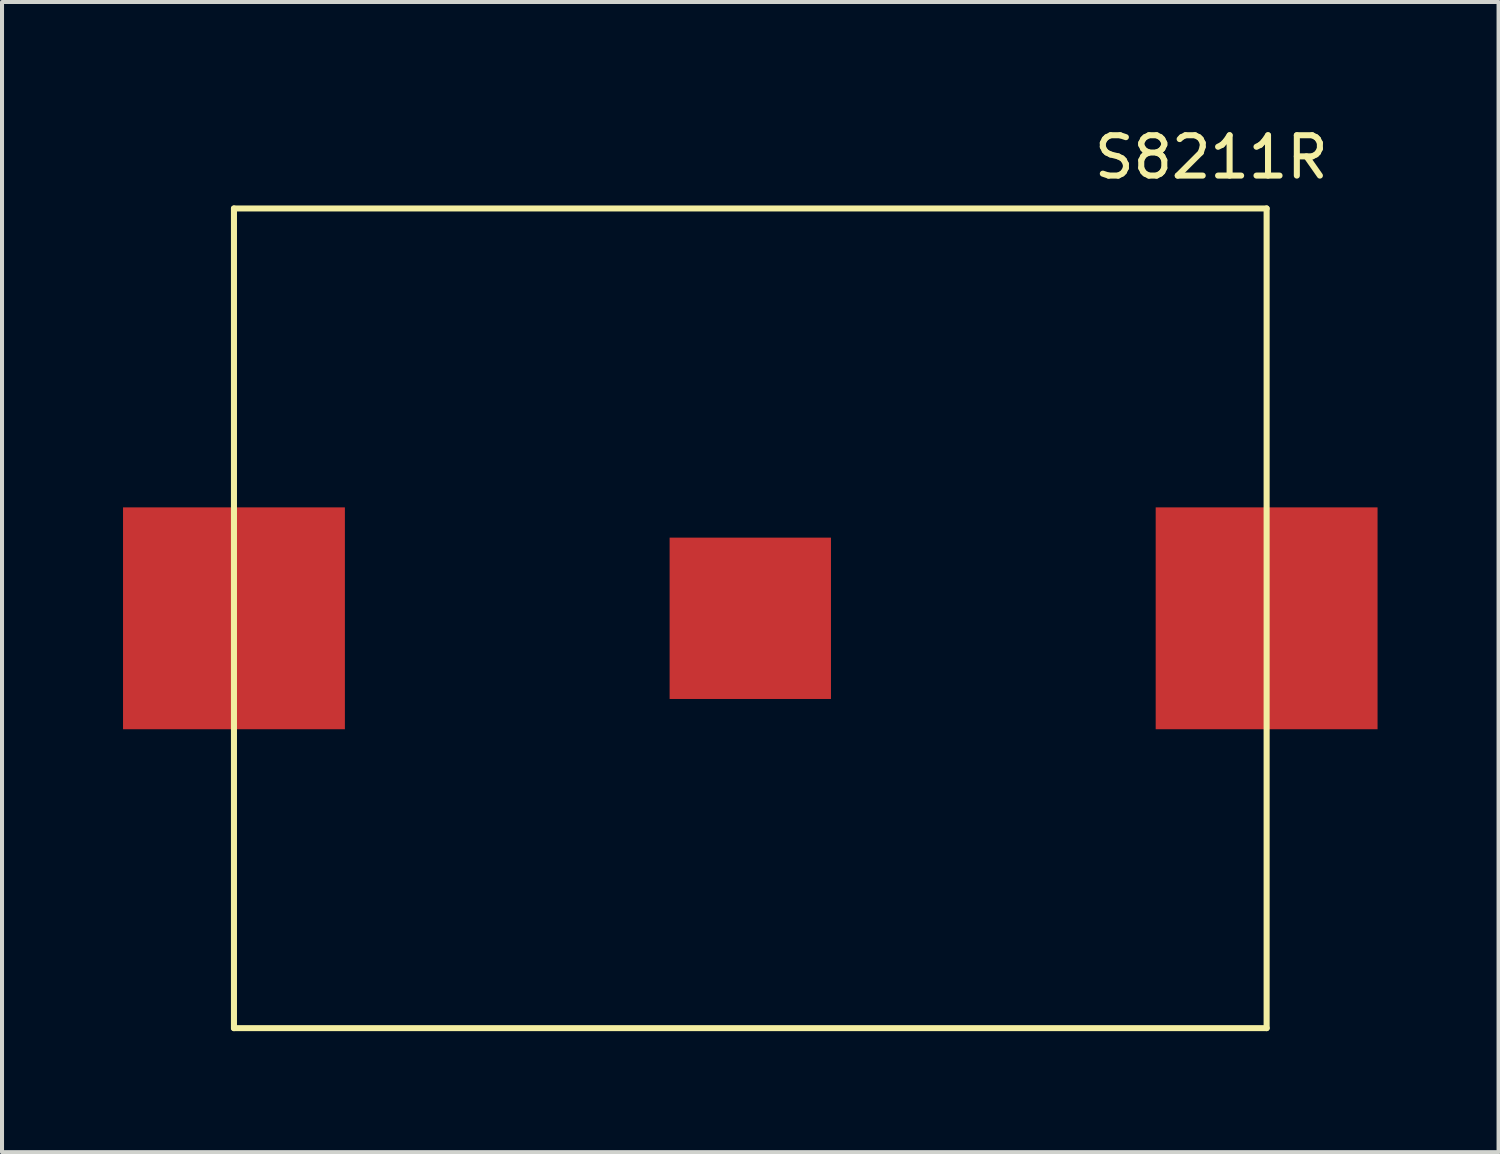
<source format=kicad_pcb>
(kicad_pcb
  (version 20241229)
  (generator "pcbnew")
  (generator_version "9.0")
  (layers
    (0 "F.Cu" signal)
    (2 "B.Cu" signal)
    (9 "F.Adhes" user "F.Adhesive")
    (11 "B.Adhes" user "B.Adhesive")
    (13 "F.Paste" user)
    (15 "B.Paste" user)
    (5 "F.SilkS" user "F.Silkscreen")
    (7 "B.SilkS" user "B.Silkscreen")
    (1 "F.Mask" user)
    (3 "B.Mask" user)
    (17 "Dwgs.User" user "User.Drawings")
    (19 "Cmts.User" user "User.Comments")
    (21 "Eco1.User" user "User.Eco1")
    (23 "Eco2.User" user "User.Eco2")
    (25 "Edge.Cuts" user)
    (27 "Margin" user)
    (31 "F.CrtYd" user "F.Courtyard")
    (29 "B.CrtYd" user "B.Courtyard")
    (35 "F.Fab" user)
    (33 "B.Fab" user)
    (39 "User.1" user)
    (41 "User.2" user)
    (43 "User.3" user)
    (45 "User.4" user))
  (footprint "S8211R"
    (layer "F.Cu")
    (at 15.55 12.278)
    (property "Reference" "S8211R" (at 11.43 -11.43 0) (layer "F.SilkS") (effects (font (size 1 1) (thickness 0.15))))
    (attr through_hole)
    (fp_line (start -12.8 -10.16) (end -12.8 10.16) (stroke (width 0.15) (type solid)) (layer "F.SilkS"))
    (fp_line (start -12.8 10.16) (end 12.8 10.16) (stroke (width 0.15) (type solid)) (layer "F.SilkS"))
    (fp_line (start 12.8 -10.16) (end -12.8 -10.16) (stroke (width 0.15) (type solid)) (layer "F.SilkS"))
    (fp_line (start 12.8 10.16) (end 12.8 -10.16) (stroke (width 0.15) (type solid)) (layer "F.SilkS"))
    (pad "1" smd rect (at -12.8 0) (size 5.5 5.5) (layers "F.Cu" "F.Mask" "F.Paste"))
    (pad "1" smd rect (at 12.8 0) (size 5.5 5.5) (layers "F.Cu" "F.Mask" "F.Paste"))
    (pad "2" smd rect (at 0 0) (size 4 4) (layers "F.Cu" "F.Mask" "F.Paste")))
  (gr_rect
    (start -3 -3)
    (end 34.1 25.513)
    (stroke (width 0.1) (type default))
    (fill no)
    (layer "Edge.Cuts")))
</source>
